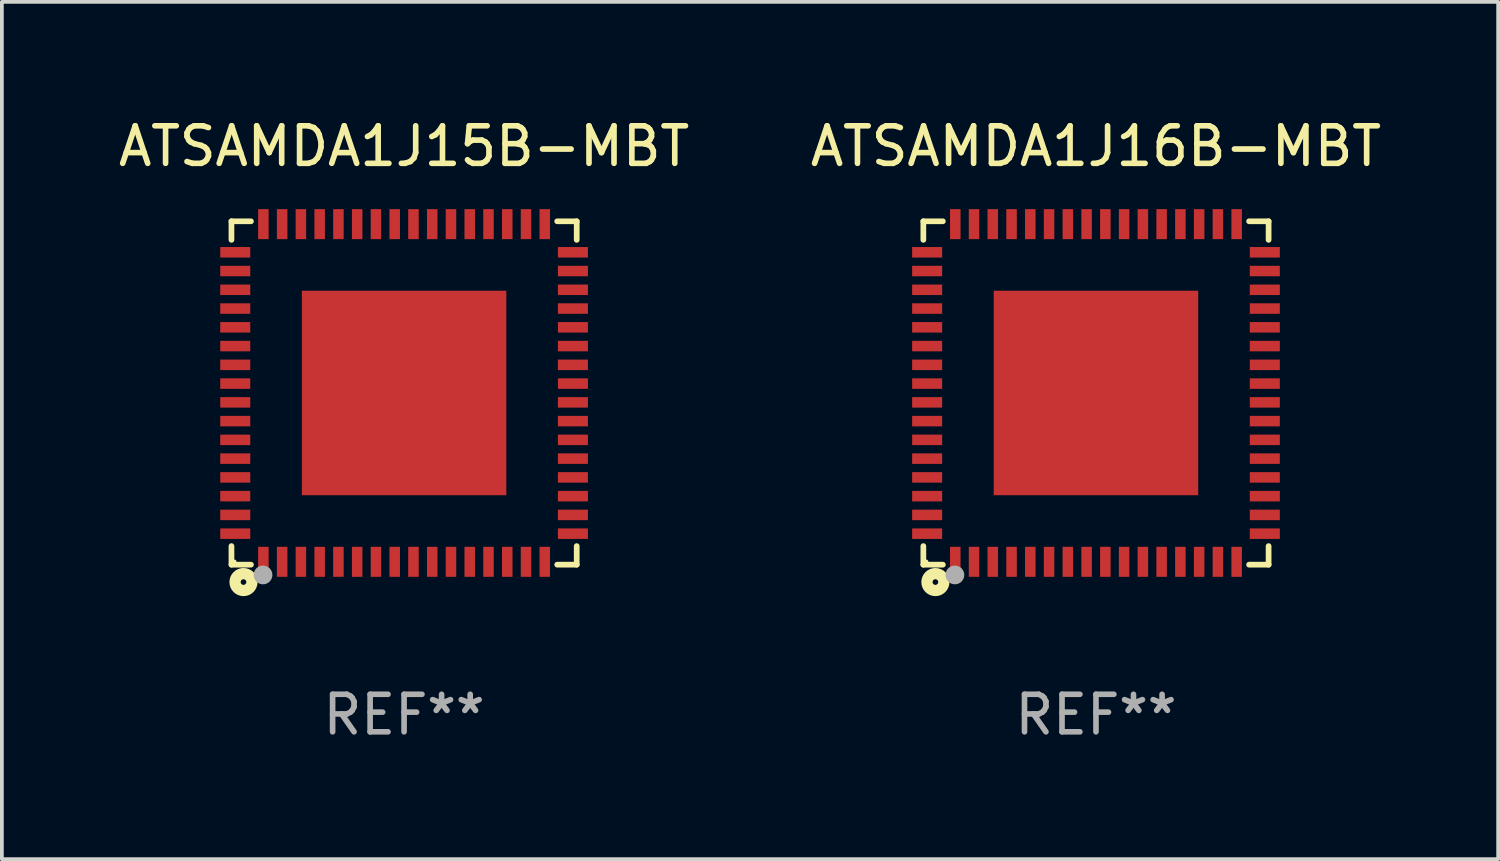
<source format=kicad_pcb>
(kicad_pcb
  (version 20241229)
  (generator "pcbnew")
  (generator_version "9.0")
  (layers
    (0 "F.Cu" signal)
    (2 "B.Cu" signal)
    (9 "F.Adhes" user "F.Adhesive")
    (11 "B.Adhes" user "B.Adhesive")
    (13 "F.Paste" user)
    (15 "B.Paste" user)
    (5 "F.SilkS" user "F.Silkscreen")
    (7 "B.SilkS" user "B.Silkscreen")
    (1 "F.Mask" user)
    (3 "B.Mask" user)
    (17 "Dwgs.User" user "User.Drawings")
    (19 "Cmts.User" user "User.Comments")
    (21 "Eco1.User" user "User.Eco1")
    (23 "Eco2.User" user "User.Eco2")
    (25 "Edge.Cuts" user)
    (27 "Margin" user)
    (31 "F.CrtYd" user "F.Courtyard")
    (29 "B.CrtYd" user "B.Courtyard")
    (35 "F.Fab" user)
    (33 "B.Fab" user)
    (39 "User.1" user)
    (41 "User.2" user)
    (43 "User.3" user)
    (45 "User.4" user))
  (footprint "ATSAMDA1J16B-MBT"
    (layer "F.Cu")
    (at 26.161 7.424)
    (property "Reference" "ATSAMDA1J16B-MBT" (at 0 -6.576 0) (layer "F.SilkS") (effects (font (size 1 1) (thickness 0.15))))
    (attr through_hole)
    (fp_line (start -4.601 -4.576) (end -4.081 -4.576) (stroke (width 0.152) (type solid)) (layer "F.SilkS"))
    (fp_line (start -4.601 -4.081) (end -4.601 -4.576) (stroke (width 0.152) (type solid)) (layer "F.SilkS"))
    (fp_line (start -4.601 4.081) (end -4.601 4.576) (stroke (width 0.152) (type solid)) (layer "F.SilkS"))
    (fp_line (start -4.601 4.576) (end -4.081 4.576) (stroke (width 0.152) (type solid)) (layer "F.SilkS"))
    (fp_line (start 4.601 -4.576) (end 4.081 -4.576) (stroke (width 0.152) (type solid)) (layer "F.SilkS"))
    (fp_line (start 4.601 -4.081) (end 4.601 -4.576) (stroke (width 0.152) (type solid)) (layer "F.SilkS"))
    (fp_line (start 4.601 4.081) (end 4.601 4.576) (stroke (width 0.152) (type solid)) (layer "F.SilkS"))
    (fp_line (start 4.601 4.576) (end 4.081 4.576) (stroke (width 0.152) (type solid)) (layer "F.SilkS"))
    (fp_circle (center -4.525 4.5) (end -4.495 4.5) (stroke (width 0.06) (type solid)) (fill no) (layer "F.SilkS"))
    (fp_circle (center -4.28 5.04) (end -4.205 5.04) (stroke (width 0.3) (type solid)) (fill no) (layer "F.SilkS"))
    (fp_circle (center -3.76 4.85) (end -3.635 4.85) (stroke (width 0.25) (type solid)) (fill no) (layer "F.Fab"))
    (fp_text user "REF**" (at 0 8.576 0) (layer "F.Fab") (effects (font (size 1 1) (thickness 0.15))))
    (pad "1" smd rect (at -3.75 4.5) (size 0.28 0.8) (layers "F.Cu" "F.Mask" "F.Paste"))
    (pad "2" smd rect (at -3.25 4.5) (size 0.28 0.8) (layers "F.Cu" "F.Mask" "F.Paste"))
    (pad "3" smd rect (at -2.75 4.5) (size 0.28 0.8) (layers "F.Cu" "F.Mask" "F.Paste"))
    (pad "4" smd rect (at -2.25 4.5) (size 0.28 0.8) (layers "F.Cu" "F.Mask" "F.Paste"))
    (pad "5" smd rect (at -1.75 4.5) (size 0.28 0.8) (layers "F.Cu" "F.Mask" "F.Paste"))
    (pad "6" smd rect (at -1.25 4.5) (size 0.28 0.8) (layers "F.Cu" "F.Mask" "F.Paste"))
    (pad "7" smd rect (at -0.75 4.5) (size 0.28 0.8) (layers "F.Cu" "F.Mask" "F.Paste"))
    (pad "8" smd rect (at -0.25 4.5) (size 0.28 0.8) (layers "F.Cu" "F.Mask" "F.Paste"))
    (pad "9" smd rect (at 0.25 4.5) (size 0.28 0.8) (layers "F.Cu" "F.Mask" "F.Paste"))
    (pad "10" smd rect (at 0.75 4.5) (size 0.28 0.8) (layers "F.Cu" "F.Mask" "F.Paste"))
    (pad "11" smd rect (at 1.25 4.5) (size 0.28 0.8) (layers "F.Cu" "F.Mask" "F.Paste"))
    (pad "12" smd rect (at 1.75 4.5) (size 0.28 0.8) (layers "F.Cu" "F.Mask" "F.Paste"))
    (pad "13" smd rect (at 2.25 4.5) (size 0.28 0.8) (layers "F.Cu" "F.Mask" "F.Paste"))
    (pad "14" smd rect (at 2.75 4.5) (size 0.28 0.8) (layers "F.Cu" "F.Mask" "F.Paste"))
    (pad "15" smd rect (at 3.25 4.5) (size 0.28 0.8) (layers "F.Cu" "F.Mask" "F.Paste"))
    (pad "16" smd rect (at 3.75 4.5) (size 0.28 0.8) (layers "F.Cu" "F.Mask" "F.Paste"))
    (pad "17" smd rect (at 4.5 3.75) (size 0.8 0.28) (layers "F.Cu" "F.Mask" "F.Paste"))
    (pad "18" smd rect (at 4.5 3.25) (size 0.8 0.28) (layers "F.Cu" "F.Mask" "F.Paste"))
    (pad "19" smd rect (at 4.5 2.75) (size 0.8 0.28) (layers "F.Cu" "F.Mask" "F.Paste"))
    (pad "20" smd rect (at 4.5 2.25) (size 0.8 0.28) (layers "F.Cu" "F.Mask" "F.Paste"))
    (pad "21" smd rect (at 4.5 1.75) (size 0.8 0.28) (layers "F.Cu" "F.Mask" "F.Paste"))
    (pad "22" smd rect (at 4.5 1.25) (size 0.8 0.28) (layers "F.Cu" "F.Mask" "F.Paste"))
    (pad "23" smd rect (at 4.5 0.75) (size 0.8 0.28) (layers "F.Cu" "F.Mask" "F.Paste"))
    (pad "24" smd rect (at 4.5 0.25) (size 0.8 0.28) (layers "F.Cu" "F.Mask" "F.Paste"))
    (pad "25" smd rect (at 4.5 -0.25) (size 0.8 0.28) (layers "F.Cu" "F.Mask" "F.Paste"))
    (pad "26" smd rect (at 4.5 -0.75) (size 0.8 0.28) (layers "F.Cu" "F.Mask" "F.Paste"))
    (pad "27" smd rect (at 4.5 -1.25) (size 0.8 0.28) (layers "F.Cu" "F.Mask" "F.Paste"))
    (pad "28" smd rect (at 4.5 -1.75) (size 0.8 0.28) (layers "F.Cu" "F.Mask" "F.Paste"))
    (pad "29" smd rect (at 4.5 -2.25) (size 0.8 0.28) (layers "F.Cu" "F.Mask" "F.Paste"))
    (pad "30" smd rect (at 4.5 -2.75) (size 0.8 0.28) (layers "F.Cu" "F.Mask" "F.Paste"))
    (pad "31" smd rect (at 4.5 -3.25) (size 0.8 0.28) (layers "F.Cu" "F.Mask" "F.Paste"))
    (pad "32" smd rect (at 4.5 -3.75) (size 0.8 0.28) (layers "F.Cu" "F.Mask" "F.Paste"))
    (pad "33" smd rect (at 3.75 -4.5) (size 0.28 0.8) (layers "F.Cu" "F.Mask" "F.Paste"))
    (pad "34" smd rect (at 3.25 -4.5) (size 0.28 0.8) (layers "F.Cu" "F.Mask" "F.Paste"))
    (pad "35" smd rect (at 2.75 -4.5) (size 0.28 0.8) (layers "F.Cu" "F.Mask" "F.Paste"))
    (pad "36" smd rect (at 2.25 -4.5) (size 0.28 0.8) (layers "F.Cu" "F.Mask" "F.Paste"))
    (pad "37" smd rect (at 1.75 -4.5) (size 0.28 0.8) (layers "F.Cu" "F.Mask" "F.Paste"))
    (pad "38" smd rect (at 1.25 -4.5) (size 0.28 0.8) (layers "F.Cu" "F.Mask" "F.Paste"))
    (pad "39" smd rect (at 0.75 -4.5) (size 0.28 0.8) (layers "F.Cu" "F.Mask" "F.Paste"))
    (pad "40" smd rect (at 0.25 -4.5) (size 0.28 0.8) (layers "F.Cu" "F.Mask" "F.Paste"))
    (pad "41" smd rect (at -0.25 -4.5) (size 0.28 0.8) (layers "F.Cu" "F.Mask" "F.Paste"))
    (pad "42" smd rect (at -0.75 -4.5) (size 0.28 0.8) (layers "F.Cu" "F.Mask" "F.Paste"))
    (pad "43" smd rect (at -1.25 -4.5) (size 0.28 0.8) (layers "F.Cu" "F.Mask" "F.Paste"))
    (pad "44" smd rect (at -1.75 -4.5) (size 0.28 0.8) (layers "F.Cu" "F.Mask" "F.Paste"))
    (pad "45" smd rect (at -2.25 -4.5) (size 0.28 0.8) (layers "F.Cu" "F.Mask" "F.Paste"))
    (pad "46" smd rect (at -2.75 -4.5) (size 0.28 0.8) (layers "F.Cu" "F.Mask" "F.Paste"))
    (pad "47" smd rect (at -3.25 -4.5) (size 0.28 0.8) (layers "F.Cu" "F.Mask" "F.Paste"))
    (pad "48" smd rect (at -3.75 -4.5) (size 0.28 0.8) (layers "F.Cu" "F.Mask" "F.Paste"))
    (pad "49" smd rect (at -4.5 -3.75) (size 0.8 0.28) (layers "F.Cu" "F.Mask" "F.Paste"))
    (pad "50" smd rect (at -4.5 -3.25) (size 0.8 0.28) (layers "F.Cu" "F.Mask" "F.Paste"))
    (pad "51" smd rect (at -4.5 -2.75) (size 0.8 0.28) (layers "F.Cu" "F.Mask" "F.Paste"))
    (pad "52" smd rect (at -4.5 -2.25) (size 0.8 0.28) (layers "F.Cu" "F.Mask" "F.Paste"))
    (pad "53" smd rect (at -4.5 -1.75) (size 0.8 0.28) (layers "F.Cu" "F.Mask" "F.Paste"))
    (pad "54" smd rect (at -4.5 -1.25) (size 0.8 0.28) (layers "F.Cu" "F.Mask" "F.Paste"))
    (pad "55" smd rect (at -4.5 -0.75) (size 0.8 0.28) (layers "F.Cu" "F.Mask" "F.Paste"))
    (pad "56" smd rect (at -4.5 -0.25) (size 0.8 0.28) (layers "F.Cu" "F.Mask" "F.Paste"))
    (pad "57" smd rect (at -4.5 0.25) (size 0.8 0.28) (layers "F.Cu" "F.Mask" "F.Paste"))
    (pad "58" smd rect (at -4.5 0.75) (size 0.8 0.28) (layers "F.Cu" "F.Mask" "F.Paste"))
    (pad "59" smd rect (at -4.5 1.25) (size 0.8 0.28) (layers "F.Cu" "F.Mask" "F.Paste"))
    (pad "60" smd rect (at -4.5 1.75) (size 0.8 0.28) (layers "F.Cu" "F.Mask" "F.Paste"))
    (pad "61" smd rect (at -4.5 2.25) (size 0.8 0.28) (layers "F.Cu" "F.Mask" "F.Paste"))
    (pad "62" smd rect (at -4.5 2.75) (size 0.8 0.28) (layers "F.Cu" "F.Mask" "F.Paste"))
    (pad "63" smd rect (at -4.5 3.25) (size 0.8 0.28) (layers "F.Cu" "F.Mask" "F.Paste"))
    (pad "64" smd rect (at -4.5 3.75) (size 0.8 0.28) (layers "F.Cu" "F.Mask" "F.Paste"))
    (pad "65" smd rect (at 0 0) (size 5.45 5.45) (layers "F.Cu" "F.Mask" "F.Paste")))
  (footprint "ATSAMDA1J15B-MBT"
    (layer "F.Cu")
    (at 7.72 7.424)
    (property "Reference" "ATSAMDA1J15B-MBT" (at 0 -6.576 0) (layer "F.SilkS") (effects (font (size 1 1) (thickness 0.15))))
    (attr through_hole)
    (fp_line (start -4.601 -4.576) (end -4.081 -4.576) (stroke (width 0.152) (type solid)) (layer "F.SilkS"))
    (fp_line (start -4.601 -4.081) (end -4.601 -4.576) (stroke (width 0.152) (type solid)) (layer "F.SilkS"))
    (fp_line (start -4.601 4.081) (end -4.601 4.576) (stroke (width 0.152) (type solid)) (layer "F.SilkS"))
    (fp_line (start -4.601 4.576) (end -4.081 4.576) (stroke (width 0.152) (type solid)) (layer "F.SilkS"))
    (fp_line (start 4.601 -4.576) (end 4.081 -4.576) (stroke (width 0.152) (type solid)) (layer "F.SilkS"))
    (fp_line (start 4.601 -4.081) (end 4.601 -4.576) (stroke (width 0.152) (type solid)) (layer "F.SilkS"))
    (fp_line (start 4.601 4.081) (end 4.601 4.576) (stroke (width 0.152) (type solid)) (layer "F.SilkS"))
    (fp_line (start 4.601 4.576) (end 4.081 4.576) (stroke (width 0.152) (type solid)) (layer "F.SilkS"))
    (fp_circle (center -4.525 4.5) (end -4.495 4.5) (stroke (width 0.06) (type solid)) (fill no) (layer "F.SilkS"))
    (fp_circle (center -4.28 5.04) (end -4.205 5.04) (stroke (width 0.3) (type solid)) (fill no) (layer "F.SilkS"))
    (fp_circle (center -3.76 4.85) (end -3.635 4.85) (stroke (width 0.25) (type solid)) (fill no) (layer "F.Fab"))
    (fp_text user "REF**" (at 0 8.576 0) (layer "F.Fab") (effects (font (size 1 1) (thickness 0.15))))
    (pad "1" smd rect (at -3.75 4.5) (size 0.28 0.8) (layers "F.Cu" "F.Mask" "F.Paste"))
    (pad "2" smd rect (at -3.25 4.5) (size 0.28 0.8) (layers "F.Cu" "F.Mask" "F.Paste"))
    (pad "3" smd rect (at -2.75 4.5) (size 0.28 0.8) (layers "F.Cu" "F.Mask" "F.Paste"))
    (pad "4" smd rect (at -2.25 4.5) (size 0.28 0.8) (layers "F.Cu" "F.Mask" "F.Paste"))
    (pad "5" smd rect (at -1.75 4.5) (size 0.28 0.8) (layers "F.Cu" "F.Mask" "F.Paste"))
    (pad "6" smd rect (at -1.25 4.5) (size 0.28 0.8) (layers "F.Cu" "F.Mask" "F.Paste"))
    (pad "7" smd rect (at -0.75 4.5) (size 0.28 0.8) (layers "F.Cu" "F.Mask" "F.Paste"))
    (pad "8" smd rect (at -0.25 4.5) (size 0.28 0.8) (layers "F.Cu" "F.Mask" "F.Paste"))
    (pad "9" smd rect (at 0.25 4.5) (size 0.28 0.8) (layers "F.Cu" "F.Mask" "F.Paste"))
    (pad "10" smd rect (at 0.75 4.5) (size 0.28 0.8) (layers "F.Cu" "F.Mask" "F.Paste"))
    (pad "11" smd rect (at 1.25 4.5) (size 0.28 0.8) (layers "F.Cu" "F.Mask" "F.Paste"))
    (pad "12" smd rect (at 1.75 4.5) (size 0.28 0.8) (layers "F.Cu" "F.Mask" "F.Paste"))
    (pad "13" smd rect (at 2.25 4.5) (size 0.28 0.8) (layers "F.Cu" "F.Mask" "F.Paste"))
    (pad "14" smd rect (at 2.75 4.5) (size 0.28 0.8) (layers "F.Cu" "F.Mask" "F.Paste"))
    (pad "15" smd rect (at 3.25 4.5) (size 0.28 0.8) (layers "F.Cu" "F.Mask" "F.Paste"))
    (pad "16" smd rect (at 3.75 4.5) (size 0.28 0.8) (layers "F.Cu" "F.Mask" "F.Paste"))
    (pad "17" smd rect (at 4.5 3.75) (size 0.8 0.28) (layers "F.Cu" "F.Mask" "F.Paste"))
    (pad "18" smd rect (at 4.5 3.25) (size 0.8 0.28) (layers "F.Cu" "F.Mask" "F.Paste"))
    (pad "19" smd rect (at 4.5 2.75) (size 0.8 0.28) (layers "F.Cu" "F.Mask" "F.Paste"))
    (pad "20" smd rect (at 4.5 2.25) (size 0.8 0.28) (layers "F.Cu" "F.Mask" "F.Paste"))
    (pad "21" smd rect (at 4.5 1.75) (size 0.8 0.28) (layers "F.Cu" "F.Mask" "F.Paste"))
    (pad "22" smd rect (at 4.5 1.25) (size 0.8 0.28) (layers "F.Cu" "F.Mask" "F.Paste"))
    (pad "23" smd rect (at 4.5 0.75) (size 0.8 0.28) (layers "F.Cu" "F.Mask" "F.Paste"))
    (pad "24" smd rect (at 4.5 0.25) (size 0.8 0.28) (layers "F.Cu" "F.Mask" "F.Paste"))
    (pad "25" smd rect (at 4.5 -0.25) (size 0.8 0.28) (layers "F.Cu" "F.Mask" "F.Paste"))
    (pad "26" smd rect (at 4.5 -0.75) (size 0.8 0.28) (layers "F.Cu" "F.Mask" "F.Paste"))
    (pad "27" smd rect (at 4.5 -1.25) (size 0.8 0.28) (layers "F.Cu" "F.Mask" "F.Paste"))
    (pad "28" smd rect (at 4.5 -1.75) (size 0.8 0.28) (layers "F.Cu" "F.Mask" "F.Paste"))
    (pad "29" smd rect (at 4.5 -2.25) (size 0.8 0.28) (layers "F.Cu" "F.Mask" "F.Paste"))
    (pad "30" smd rect (at 4.5 -2.75) (size 0.8 0.28) (layers "F.Cu" "F.Mask" "F.Paste"))
    (pad "31" smd rect (at 4.5 -3.25) (size 0.8 0.28) (layers "F.Cu" "F.Mask" "F.Paste"))
    (pad "32" smd rect (at 4.5 -3.75) (size 0.8 0.28) (layers "F.Cu" "F.Mask" "F.Paste"))
    (pad "33" smd rect (at 3.75 -4.5) (size 0.28 0.8) (layers "F.Cu" "F.Mask" "F.Paste"))
    (pad "34" smd rect (at 3.25 -4.5) (size 0.28 0.8) (layers "F.Cu" "F.Mask" "F.Paste"))
    (pad "35" smd rect (at 2.75 -4.5) (size 0.28 0.8) (layers "F.Cu" "F.Mask" "F.Paste"))
    (pad "36" smd rect (at 2.25 -4.5) (size 0.28 0.8) (layers "F.Cu" "F.Mask" "F.Paste"))
    (pad "37" smd rect (at 1.75 -4.5) (size 0.28 0.8) (layers "F.Cu" "F.Mask" "F.Paste"))
    (pad "38" smd rect (at 1.25 -4.5) (size 0.28 0.8) (layers "F.Cu" "F.Mask" "F.Paste"))
    (pad "39" smd rect (at 0.75 -4.5) (size 0.28 0.8) (layers "F.Cu" "F.Mask" "F.Paste"))
    (pad "40" smd rect (at 0.25 -4.5) (size 0.28 0.8) (layers "F.Cu" "F.Mask" "F.Paste"))
    (pad "41" smd rect (at -0.25 -4.5) (size 0.28 0.8) (layers "F.Cu" "F.Mask" "F.Paste"))
    (pad "42" smd rect (at -0.75 -4.5) (size 0.28 0.8) (layers "F.Cu" "F.Mask" "F.Paste"))
    (pad "43" smd rect (at -1.25 -4.5) (size 0.28 0.8) (layers "F.Cu" "F.Mask" "F.Paste"))
    (pad "44" smd rect (at -1.75 -4.5) (size 0.28 0.8) (layers "F.Cu" "F.Mask" "F.Paste"))
    (pad "45" smd rect (at -2.25 -4.5) (size 0.28 0.8) (layers "F.Cu" "F.Mask" "F.Paste"))
    (pad "46" smd rect (at -2.75 -4.5) (size 0.28 0.8) (layers "F.Cu" "F.Mask" "F.Paste"))
    (pad "47" smd rect (at -3.25 -4.5) (size 0.28 0.8) (layers "F.Cu" "F.Mask" "F.Paste"))
    (pad "48" smd rect (at -3.75 -4.5) (size 0.28 0.8) (layers "F.Cu" "F.Mask" "F.Paste"))
    (pad "49" smd rect (at -4.5 -3.75) (size 0.8 0.28) (layers "F.Cu" "F.Mask" "F.Paste"))
    (pad "50" smd rect (at -4.5 -3.25) (size 0.8 0.28) (layers "F.Cu" "F.Mask" "F.Paste"))
    (pad "51" smd rect (at -4.5 -2.75) (size 0.8 0.28) (layers "F.Cu" "F.Mask" "F.Paste"))
    (pad "52" smd rect (at -4.5 -2.25) (size 0.8 0.28) (layers "F.Cu" "F.Mask" "F.Paste"))
    (pad "53" smd rect (at -4.5 -1.75) (size 0.8 0.28) (layers "F.Cu" "F.Mask" "F.Paste"))
    (pad "54" smd rect (at -4.5 -1.25) (size 0.8 0.28) (layers "F.Cu" "F.Mask" "F.Paste"))
    (pad "55" smd rect (at -4.5 -0.75) (size 0.8 0.28) (layers "F.Cu" "F.Mask" "F.Paste"))
    (pad "56" smd rect (at -4.5 -0.25) (size 0.8 0.28) (layers "F.Cu" "F.Mask" "F.Paste"))
    (pad "57" smd rect (at -4.5 0.25) (size 0.8 0.28) (layers "F.Cu" "F.Mask" "F.Paste"))
    (pad "58" smd rect (at -4.5 0.75) (size 0.8 0.28) (layers "F.Cu" "F.Mask" "F.Paste"))
    (pad "59" smd rect (at -4.5 1.25) (size 0.8 0.28) (layers "F.Cu" "F.Mask" "F.Paste"))
    (pad "60" smd rect (at -4.5 1.75) (size 0.8 0.28) (layers "F.Cu" "F.Mask" "F.Paste"))
    (pad "61" smd rect (at -4.5 2.25) (size 0.8 0.28) (layers "F.Cu" "F.Mask" "F.Paste"))
    (pad "62" smd rect (at -4.5 2.75) (size 0.8 0.28) (layers "F.Cu" "F.Mask" "F.Paste"))
    (pad "63" smd rect (at -4.5 3.25) (size 0.8 0.28) (layers "F.Cu" "F.Mask" "F.Paste"))
    (pad "64" smd rect (at -4.5 3.75) (size 0.8 0.28) (layers "F.Cu" "F.Mask" "F.Paste"))
    (pad "65" smd rect (at 0 0) (size 5.45 5.45) (layers "F.Cu" "F.Mask" "F.Paste")))
  (gr_rect
    (start -3 -3)
    (end 36.881 19.849)
    (stroke (width 0.1) (type default))
    (fill no)
    (layer "Edge.Cuts")))
</source>
